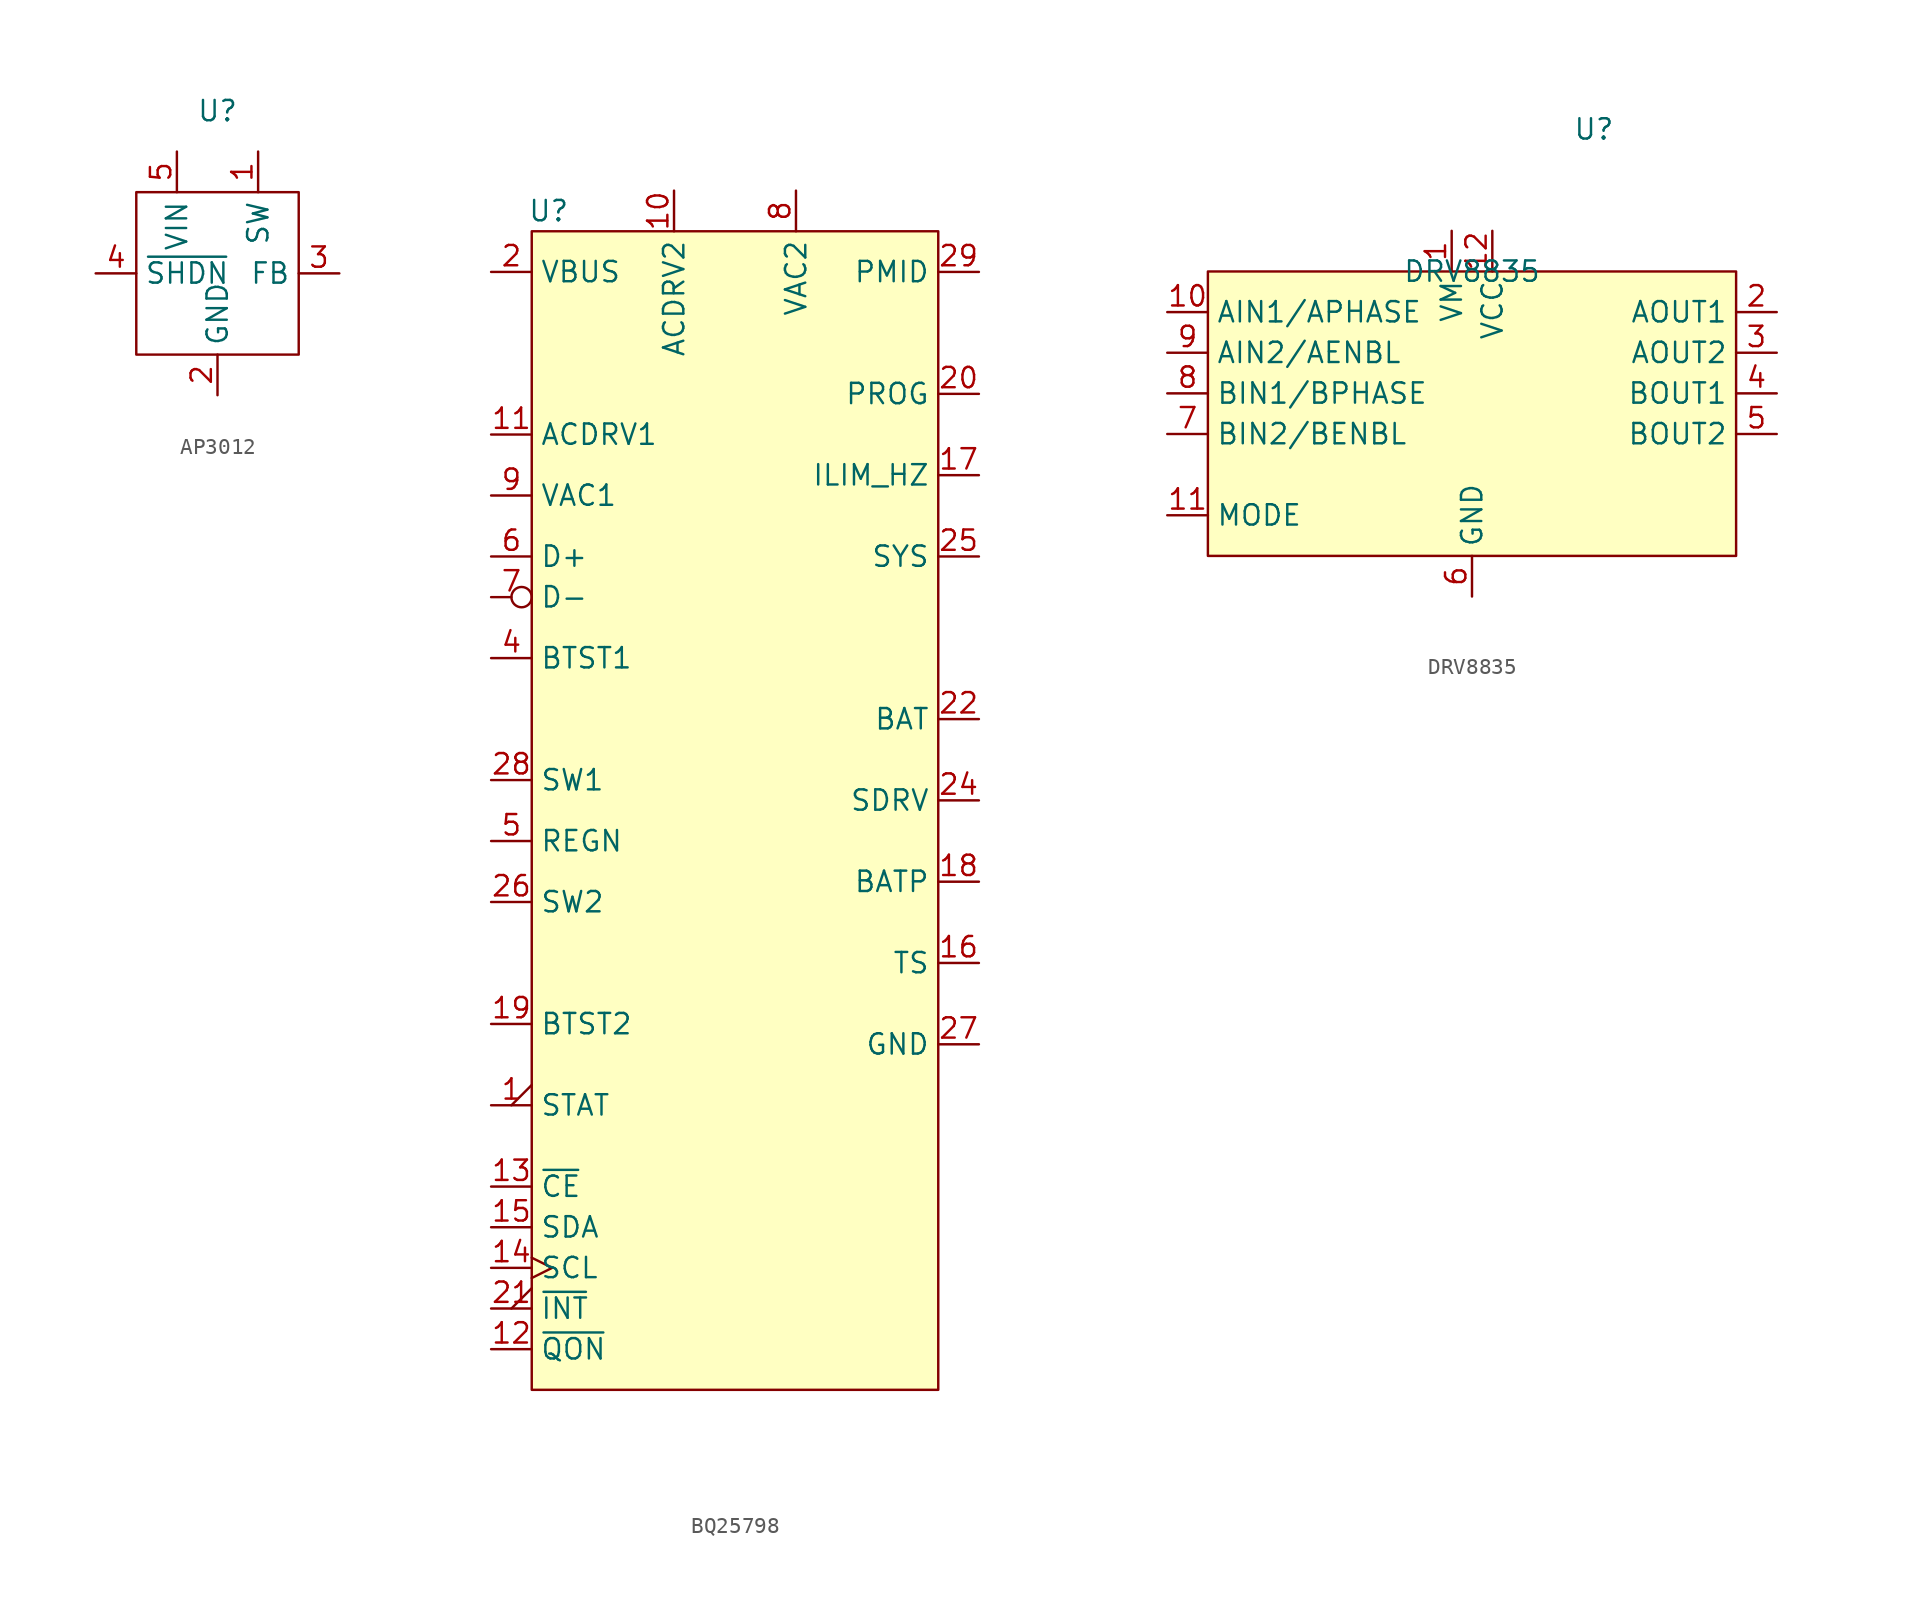
<source format=kicad_sym>
(kicad_symbol_lib
  (version 20241209)
  (generator "kicad_symbol_editor")
  (generator_version "9.0")
  (symbol "AP3012"
    (property "Reference" "U"
      (at 0 10.16 0)
      (effects (font (size 1.27 1.27))))
    (property "Value" ""
      (at 0 5.08 0)
      (effects (font (size 1.27 1.27))))
    (symbol "AP3012_0_0"
      (pin input line (at -7.62 0 0) (length 2.54) (name "~{SHDN}" (effects (font (size 1.27 1.27)))) (number "4" (effects (font (size 1.27 1.27)))))
      (pin power_in line (at -2.54 7.62 270) (length 2.54) (name "VIN" (effects (font (size 1.27 1.27)))) (number "5" (effects (font (size 1.27 1.27)))))
      (pin passive line (at 0 -7.62 90) (length 2.54) (name "GND" (effects (font (size 1.27 1.27)))) (number "2" (effects (font (size 1.27 1.27)))))
      (pin input line (at 2.54 7.62 270) (length 2.54) (name "SW" (effects (font (size 1.27 1.27)))) (number "1" (effects (font (size 1.27 1.27)))))
      (pin input line (at 7.62 0 180) (length 2.54) (name "FB" (effects (font (size 1.27 1.27)))) (number "3" (effects (font (size 1.27 1.27))))))
    (symbol "AP3012_0_1"
      (rectangle (start -5.08 5.08) (end 5.08 -5.08) (stroke (width 0) (type default)) (fill (type none)))))
  (symbol "BQ25798"
    (property "Reference" "U"
      (at -12.954 35.56 0)
      (do_not_autoplace)
      (effects (font (size 1.27 1.27)) (justify left)))
    (property "Value" ""
      (at 0 0 0)
      (effects (font (size 1.27 1.27))))
    (symbol "BQ25798_0_0"
      (pin power_in line (at -15.24 31.75 0) (length 2.54) (name "VBUS" (effects (font (size 1.27 1.27)))) (number "2" (effects (font (size 1.27 1.27)))))
      (pin output line (at -15.24 21.59 0) (length 2.54) (name "ACDRV1" (effects (font (size 1.27 1.27)))) (number "11" (effects (font (size 1.27 1.27)))))
      (pin power_in line (at -15.24 17.78 0) (length 2.54) (name "VAC1" (effects (font (size 1.27 1.27)))) (number "9" (effects (font (size 1.27 1.27)))))
      (pin bidirectional line (at -15.24 13.97 0) (length 2.54) (name "D+" (effects (font (size 1.27 1.27)))) (number "6" (effects (font (size 1.27 1.27)))))
      (pin bidirectional inverted (at -15.24 11.43 0) (length 2.54) (name "D-" (effects (font (size 1.27 1.27)))) (number "7" (effects (font (size 1.27 1.27)))))
      (pin power_in line (at -15.24 7.62 0) (length 2.54) (name "BTST1" (effects (font (size 1.27 1.27)))) (number "4" (effects (font (size 1.27 1.27)))))
      (pin passive line (at -15.24 0 0) (length 2.54) (name "SW1" (effects (font (size 1.27 1.27)))) (number "28" (effects (font (size 1.27 1.27)))))
      (pin power_out line (at -15.24 -3.81 0) (length 2.54) (name "REGN" (effects (font (size 1.27 1.27)))) (number "5" (effects (font (size 1.27 1.27)))))
      (pin passive line (at -15.24 -7.62 0) (length 2.54) (name "SW2" (effects (font (size 1.27 1.27)))) (number "26" (effects (font (size 1.27 1.27)))))
      (pin power_out line (at -15.24 -15.24 0) (length 2.54) (name "BTST2" (effects (font (size 1.27 1.27)))) (number "19" (effects (font (size 1.27 1.27)))))
      (pin open_emitter output_low (at -15.24 -20.32 0) (length 2.54) (name "STAT" (effects (font (size 1.27 1.27)))) (number "1" (effects (font (size 1.27 1.27)))))
      (pin input line (at -15.24 -25.4 0) (length 2.54) (name "~{CE}" (effects (font (size 1.27 1.27)))) (number "13" (effects (font (size 1.27 1.27)))))
      (pin bidirectional line (at -15.24 -27.94 0) (length 2.54) (name "SDA" (effects (font (size 1.27 1.27)))) (number "15" (effects (font (size 1.27 1.27)))))
      (pin input clock (at -15.24 -30.48 0) (length 2.54) (name "SCL" (effects (font (size 1.27 1.27)))) (number "14" (effects (font (size 1.27 1.27)))))
      (pin output output_low (at -15.24 -33.02 0) (length 2.54) (name "~{INT}" (effects (font (size 1.27 1.27)))) (number "21" (effects (font (size 1.27 1.27)))))
      (pin input line (at -15.24 -35.56 0) (length 2.54) (name "~{QON}" (effects (font (size 1.27 1.27)))) (number "12" (effects (font (size 1.27 1.27)))))
      (pin output line (at -3.81 36.83 270) (length 2.54) (name "ACDRV2" (effects (font (size 1.27 1.27)))) (number "10" (effects (font (size 1.27 1.27)))))
      (pin power_in line (at 3.81 36.83 270) (length 2.54) (name "VAC2" (effects (font (size 1.27 1.27)))) (number "8" (effects (font (size 1.27 1.27)))))
      (pin open_collector line (at 15.24 31.75 180) (length 2.54) (name "PMID" (effects (font (size 1.27 1.27)))) (number "29" (effects (font (size 1.27 1.27)))))
      (pin passive line (at 15.24 24.13 180) (length 2.54) (name "PROG" (effects (font (size 1.27 1.27)))) (number "20" (effects (font (size 1.27 1.27)))))
      (pin passive line (at 15.24 19.05 180) (length 2.54) (name "ILIM_HZ" (effects (font (size 1.27 1.27)))) (number "17" (effects (font (size 1.27 1.27)))))
      (pin output line (at 15.24 13.97 180) (length 2.54) (name "SYS" (effects (font (size 1.27 1.27)))) (number "25" (effects (font (size 1.27 1.27)))))
      (pin power_out line (at 15.24 3.81 180) (length 2.54) (name "BAT" (effects (font (size 1.27 1.27)))) (number "22" (effects (font (size 1.27 1.27)))))
      (pin power_out line (at 15.24 -1.27 180) (length 2.54) (name "SDRV" (effects (font (size 1.27 1.27)))) (number "24" (effects (font (size 1.27 1.27)))))
      (pin input line (at 15.24 -6.35 180) (length 2.54) (name "BATP" (effects (font (size 1.27 1.27)))) (number "18" (effects (font (size 1.27 1.27)))))
      (pin input line (at 15.24 -11.43 180) (length 2.54) (name "TS" (effects (font (size 1.27 1.27)))) (number "16" (effects (font (size 1.27 1.27)))))
      (pin passive line (at 15.24 -16.51 180) (length 2.54) (name "GND" (effects (font (size 1.27 1.27)))) (number "27" (effects (font (size 1.27 1.27))))))
    (symbol "BQ25798_1_0"
      (pin power_in line (at -15.24 31.75 0) (length 2.54) (hide yes) (name "VBUS" (effects (font (size 1.27 1.27)))) (number "3" (effects (font (size 1.27 1.27)))))
      (pin output line (at 15.24 3.81 180) (length 2.54) (hide yes) (name "BAT" (effects (font (size 1.27 1.27)))) (number "23" (effects (font (size 1.27 1.27))))))
    (symbol "BQ25798_1_1"
      (rectangle (start -12.7 34.29) (end 12.7 -38.1) (stroke (width 0) (type default)) (fill (type background)))))
  (symbol "DRV8835"
    (property "Reference" "U"
      (at 7.62 8.89 0)
      (effects (font (size 1.27 1.27))))
    (property "Value" "DRV8835"
      (at 0 0 0)
      (effects (font (size 1.27 1.27))))
    (symbol "DRV8835_0_1"
      (rectangle (start -16.51 0) (end 16.51 -17.78) (stroke (width 0) (type default)) (fill (type background))))
    (symbol "DRV8835_1_1"
      (pin input line (at -19.05 -2.54 0) (length 2.54) (name "AIN1/APHASE" (effects (font (size 1.27 1.27)))) (number "10" (effects (font (size 1.27 1.27)))))
      (pin input line (at -19.05 -5.08 0) (length 2.54) (name "AIN2/AENBL" (effects (font (size 1.27 1.27)))) (number "9" (effects (font (size 1.27 1.27)))))
      (pin input line (at -19.05 -7.62 0) (length 2.54) (name "BIN1/BPHASE" (effects (font (size 1.27 1.27)))) (number "8" (effects (font (size 1.27 1.27)))))
      (pin input line (at -19.05 -10.16 0) (length 2.54) (name "BIN2/BENBL" (effects (font (size 1.27 1.27)))) (number "7" (effects (font (size 1.27 1.27)))))
      (pin input line (at -19.05 -15.24 0) (length 2.54) (name "MODE" (effects (font (size 1.27 1.27)))) (number "11" (effects (font (size 1.27 1.27)))))
      (pin power_in line (at -1.27 2.54 270) (length 2.54) (name "VM" (effects (font (size 1.27 1.27)))) (number "1" (effects (font (size 1.27 1.27)))))
      (pin passive line (at 0 -20.32 90) (length 2.54) (name "GND" (effects (font (size 1.27 1.27)))) (number "6" (effects (font (size 1.27 1.27)))))
      (pin power_in line (at 1.27 2.54 270) (length 2.54) (name "VCC" (effects (font (size 1.27 1.27)))) (number "12" (effects (font (size 1.27 1.27)))))
      (pin output line (at 19.05 -2.54 180) (length 2.54) (name "AOUT1" (effects (font (size 1.27 1.27)))) (number "2" (effects (font (size 1.27 1.27)))))
      (pin output line (at 19.05 -5.08 180) (length 2.54) (name "AOUT2" (effects (font (size 1.27 1.27)))) (number "3" (effects (font (size 1.27 1.27)))))
      (pin output line (at 19.05 -7.62 180) (length 2.54) (name "BOUT1" (effects (font (size 1.27 1.27)))) (number "4" (effects (font (size 1.27 1.27)))))
      (pin output line (at 19.05 -10.16 180) (length 2.54) (name "BOUT2" (effects (font (size 1.27 1.27)))) (number "5" (effects (font (size 1.27 1.27))))))))
</source>
